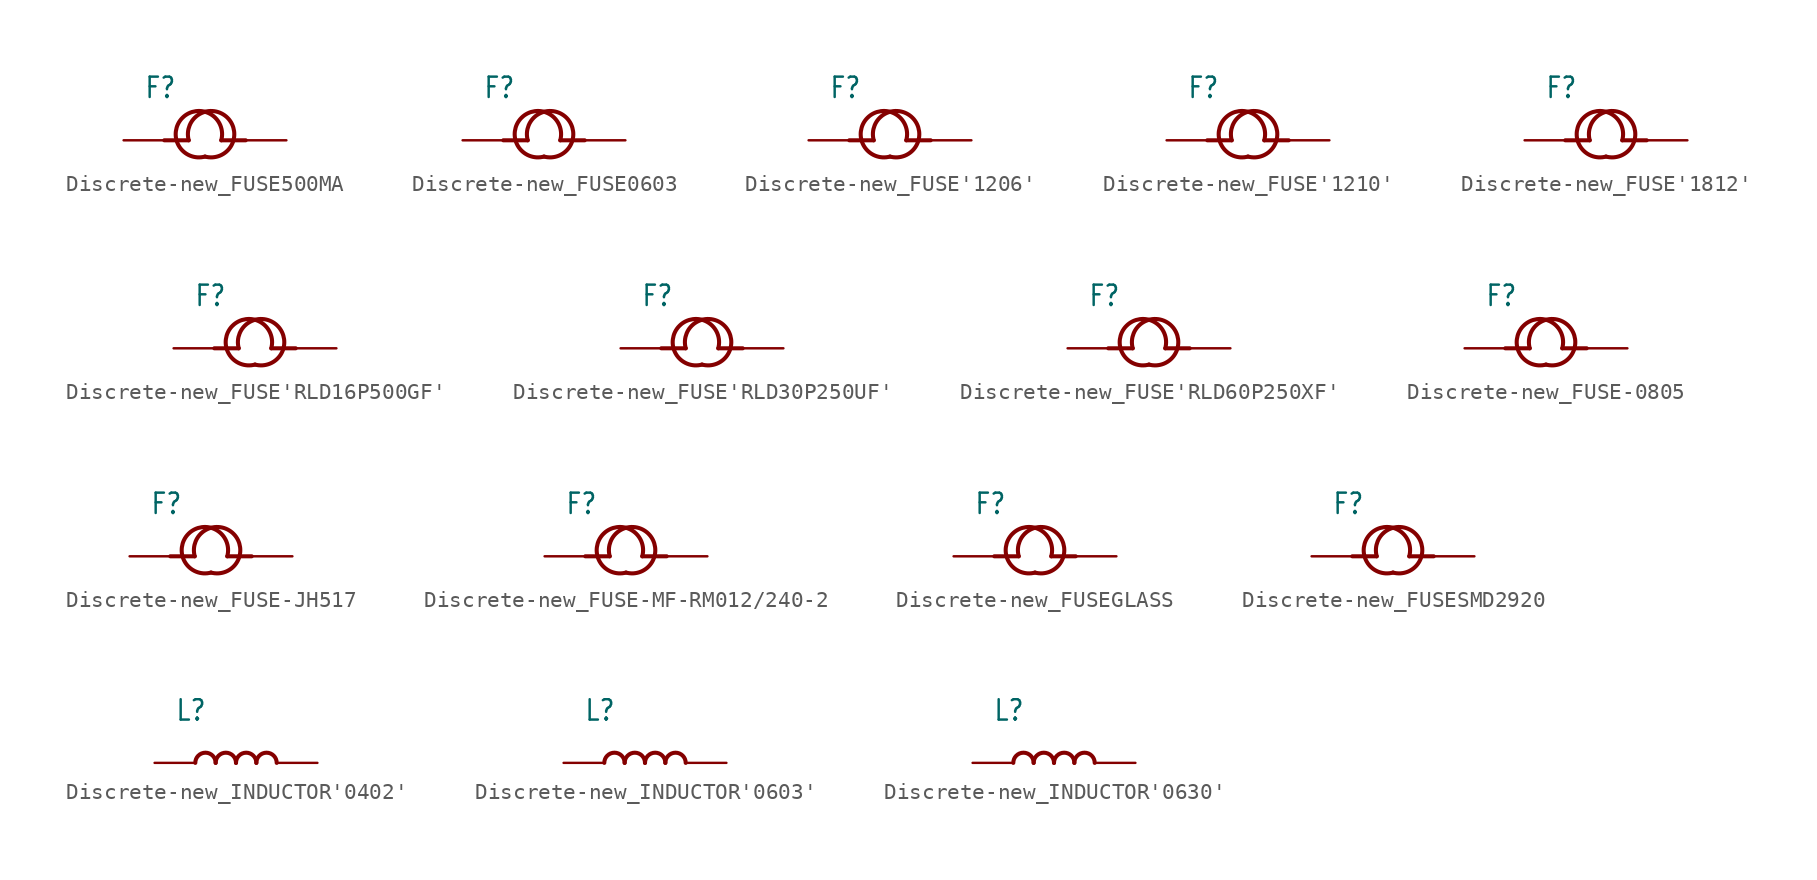
<source format=kicad_sym>
(kicad_symbol_lib
  (version 20231120)
  (generator "kicad_symbol_editor")
  (generator_version "8.0")
  (symbol "Discrete-new_FUSE500MA"
    (property "Reference" "F"
      (at -3.81 2.54 0)
      (effects (font (size 1.27 1.079)) (justify left bottom)))
    (property "Value" ""
      (at -3.81 1.27 0)
      (effects (font (size 1.27 1.079)) (justify left bottom)))
    (property "ki_locked" ""
      (at 0 0 0)
      (effects (font (size 1.27 1.27))))
    (symbol "Discrete-new_FUSE500MA_1_0"
      (arc (start -0.0001 -1.016) (mid 1.4048 1.4047) (end -1.016 0) (stroke (width 0.254) (type solid)) (fill (type none)))
      (polyline (pts (xy -2.54 0) (xy -1.016 0)) (stroke (width 0.254) (type solid)) (fill (type none)))
      (polyline (pts (xy 2.54 0) (xy 1.016 0)) (stroke (width 0.254) (type solid)) (fill (type none)))
      (arc (start 1.016 -0.0001) (mid -1.4047 1.4048) (end 0 -1.016) (stroke (width 0.254) (type solid)) (fill (type none)))
      (pin bidirectional line (at -5.08 0 0) (length 2.54) (name "1" (effects (font (size 0 0)))) (number "1" (effects (font (size 0 0)))))
      (pin bidirectional line (at 5.08 0 180) (length 2.54) (name "2" (effects (font (size 0 0)))) (number "2" (effects (font (size 0 0)))))))
  (symbol "Discrete-new_FUSE0603"
    (property "Reference" "F"
      (at -3.81 2.54 0)
      (effects (font (size 1.27 1.079)) (justify left bottom)))
    (property "Value" ""
      (at -3.81 1.27 0)
      (effects (font (size 1.27 1.079)) (justify left bottom)))
    (property "ki_locked" ""
      (at 0 0 0)
      (effects (font (size 1.27 1.27))))
    (symbol "Discrete-new_FUSE0603_1_0"
      (arc (start -0.0001 -1.016) (mid 1.4048 1.4047) (end -1.016 0) (stroke (width 0.254) (type solid)) (fill (type none)))
      (polyline (pts (xy -2.54 0) (xy -1.016 0)) (stroke (width 0.254) (type solid)) (fill (type none)))
      (polyline (pts (xy 2.54 0) (xy 1.016 0)) (stroke (width 0.254) (type solid)) (fill (type none)))
      (arc (start 1.016 -0.0001) (mid -1.4047 1.4048) (end 0 -1.016) (stroke (width 0.254) (type solid)) (fill (type none)))
      (pin bidirectional line (at -5.08 0 0) (length 2.54) (name "1" (effects (font (size 0 0)))) (number "1" (effects (font (size 0 0)))))
      (pin bidirectional line (at 5.08 0 180) (length 2.54) (name "2" (effects (font (size 0 0)))) (number "2" (effects (font (size 0 0)))))))
  (symbol "Discrete-new_FUSE'1206'"
    (property "Reference" "F"
      (at -3.81 2.54 0)
      (effects (font (size 1.27 1.079)) (justify left bottom)))
    (property "Value" ""
      (at -3.81 1.27 0)
      (effects (font (size 1.27 1.079)) (justify left bottom)))
    (property "ki_locked" ""
      (at 0 0 0)
      (effects (font (size 1.27 1.27))))
    (symbol "Discrete-new_FUSE'1206'_1_0"
      (arc (start -0.0001 -1.016) (mid 1.4048 1.4047) (end -1.016 0) (stroke (width 0.254) (type solid)) (fill (type none)))
      (polyline (pts (xy -2.54 0) (xy -1.016 0)) (stroke (width 0.254) (type solid)) (fill (type none)))
      (polyline (pts (xy 2.54 0) (xy 1.016 0)) (stroke (width 0.254) (type solid)) (fill (type none)))
      (arc (start 1.016 -0.0001) (mid -1.4047 1.4048) (end 0 -1.016) (stroke (width 0.254) (type solid)) (fill (type none)))
      (pin bidirectional line (at -5.08 0 0) (length 2.54) (name "1" (effects (font (size 0 0)))) (number "1" (effects (font (size 0 0)))))
      (pin bidirectional line (at 5.08 0 180) (length 2.54) (name "2" (effects (font (size 0 0)))) (number "2" (effects (font (size 0 0)))))))
  (symbol "Discrete-new_FUSE'1210'"
    (property "Reference" "F"
      (at -3.81 2.54 0)
      (effects (font (size 1.27 1.079)) (justify left bottom)))
    (property "Value" ""
      (at -3.81 1.27 0)
      (effects (font (size 1.27 1.079)) (justify left bottom)))
    (property "ki_locked" ""
      (at 0 0 0)
      (effects (font (size 1.27 1.27))))
    (symbol "Discrete-new_FUSE'1210'_1_0"
      (arc (start -0.0001 -1.016) (mid 1.4048 1.4047) (end -1.016 0) (stroke (width 0.254) (type solid)) (fill (type none)))
      (polyline (pts (xy -2.54 0) (xy -1.016 0)) (stroke (width 0.254) (type solid)) (fill (type none)))
      (polyline (pts (xy 2.54 0) (xy 1.016 0)) (stroke (width 0.254) (type solid)) (fill (type none)))
      (arc (start 1.016 -0.0001) (mid -1.4047 1.4048) (end 0 -1.016) (stroke (width 0.254) (type solid)) (fill (type none)))
      (pin bidirectional line (at -5.08 0 0) (length 2.54) (name "1" (effects (font (size 0 0)))) (number "1" (effects (font (size 0 0)))))
      (pin bidirectional line (at 5.08 0 180) (length 2.54) (name "2" (effects (font (size 0 0)))) (number "2" (effects (font (size 0 0)))))))
  (symbol "Discrete-new_FUSE'1812'"
    (property "Reference" "F"
      (at -3.81 2.54 0)
      (effects (font (size 1.27 1.079)) (justify left bottom)))
    (property "Value" ""
      (at -3.81 1.27 0)
      (effects (font (size 1.27 1.079)) (justify left bottom)))
    (property "ki_locked" ""
      (at 0 0 0)
      (effects (font (size 1.27 1.27))))
    (symbol "Discrete-new_FUSE'1812'_1_0"
      (arc (start -0.0001 -1.016) (mid 1.4048 1.4047) (end -1.016 0) (stroke (width 0.254) (type solid)) (fill (type none)))
      (polyline (pts (xy -2.54 0) (xy -1.016 0)) (stroke (width 0.254) (type solid)) (fill (type none)))
      (polyline (pts (xy 2.54 0) (xy 1.016 0)) (stroke (width 0.254) (type solid)) (fill (type none)))
      (arc (start 1.016 -0.0001) (mid -1.4047 1.4048) (end 0 -1.016) (stroke (width 0.254) (type solid)) (fill (type none)))
      (pin bidirectional line (at -5.08 0 0) (length 2.54) (name "1" (effects (font (size 0 0)))) (number "1" (effects (font (size 0 0)))))
      (pin bidirectional line (at 5.08 0 180) (length 2.54) (name "2" (effects (font (size 0 0)))) (number "2" (effects (font (size 0 0)))))))
  (symbol "Discrete-new_FUSE'RLD16P500GF'"
    (property "Reference" "F"
      (at -3.81 2.54 0)
      (effects (font (size 1.27 1.079)) (justify left bottom)))
    (property "Value" ""
      (at -3.81 1.27 0)
      (effects (font (size 1.27 1.079)) (justify left bottom)))
    (property "ki_locked" ""
      (at 0 0 0)
      (effects (font (size 1.27 1.27))))
    (symbol "Discrete-new_FUSE'RLD16P500GF'_1_0"
      (arc (start -0.0001 -1.016) (mid 1.4048 1.4047) (end -1.016 0) (stroke (width 0.254) (type solid)) (fill (type none)))
      (polyline (pts (xy -2.54 0) (xy -1.016 0)) (stroke (width 0.254) (type solid)) (fill (type none)))
      (polyline (pts (xy 2.54 0) (xy 1.016 0)) (stroke (width 0.254) (type solid)) (fill (type none)))
      (arc (start 1.016 -0.0001) (mid -1.4047 1.4048) (end 0 -1.016) (stroke (width 0.254) (type solid)) (fill (type none)))
      (pin bidirectional line (at -5.08 0 0) (length 2.54) (name "1" (effects (font (size 0 0)))) (number "1" (effects (font (size 0 0)))))
      (pin bidirectional line (at 5.08 0 180) (length 2.54) (name "2" (effects (font (size 0 0)))) (number "2" (effects (font (size 0 0)))))))
  (symbol "Discrete-new_FUSE'RLD30P250UF'"
    (property "Reference" "F"
      (at -3.81 2.54 0)
      (effects (font (size 1.27 1.079)) (justify left bottom)))
    (property "Value" ""
      (at -3.81 1.27 0)
      (effects (font (size 1.27 1.079)) (justify left bottom)))
    (property "ki_locked" ""
      (at 0 0 0)
      (effects (font (size 1.27 1.27))))
    (symbol "Discrete-new_FUSE'RLD30P250UF'_1_0"
      (arc (start -0.0001 -1.016) (mid 1.4048 1.4047) (end -1.016 0) (stroke (width 0.254) (type solid)) (fill (type none)))
      (polyline (pts (xy -2.54 0) (xy -1.016 0)) (stroke (width 0.254) (type solid)) (fill (type none)))
      (polyline (pts (xy 2.54 0) (xy 1.016 0)) (stroke (width 0.254) (type solid)) (fill (type none)))
      (arc (start 1.016 -0.0001) (mid -1.4047 1.4048) (end 0 -1.016) (stroke (width 0.254) (type solid)) (fill (type none)))
      (pin bidirectional line (at -5.08 0 0) (length 2.54) (name "1" (effects (font (size 0 0)))) (number "1" (effects (font (size 0 0)))))
      (pin bidirectional line (at 5.08 0 180) (length 2.54) (name "2" (effects (font (size 0 0)))) (number "2" (effects (font (size 0 0)))))))
  (symbol "Discrete-new_FUSE'RLD60P250XF'"
    (property "Reference" "F"
      (at -3.81 2.54 0)
      (effects (font (size 1.27 1.079)) (justify left bottom)))
    (property "Value" ""
      (at -3.81 1.27 0)
      (effects (font (size 1.27 1.079)) (justify left bottom)))
    (property "ki_locked" ""
      (at 0 0 0)
      (effects (font (size 1.27 1.27))))
    (symbol "Discrete-new_FUSE'RLD60P250XF'_1_0"
      (arc (start -0.0001 -1.016) (mid 1.4048 1.4047) (end -1.016 0) (stroke (width 0.254) (type solid)) (fill (type none)))
      (polyline (pts (xy -2.54 0) (xy -1.016 0)) (stroke (width 0.254) (type solid)) (fill (type none)))
      (polyline (pts (xy 2.54 0) (xy 1.016 0)) (stroke (width 0.254) (type solid)) (fill (type none)))
      (arc (start 1.016 -0.0001) (mid -1.4047 1.4048) (end 0 -1.016) (stroke (width 0.254) (type solid)) (fill (type none)))
      (pin bidirectional line (at -5.08 0 0) (length 2.54) (name "1" (effects (font (size 0 0)))) (number "1" (effects (font (size 0 0)))))
      (pin bidirectional line (at 5.08 0 180) (length 2.54) (name "2" (effects (font (size 0 0)))) (number "2" (effects (font (size 0 0)))))))
  (symbol "Discrete-new_FUSE-0805"
    (property "Reference" "F"
      (at -3.81 2.54 0)
      (effects (font (size 1.27 1.079)) (justify left bottom)))
    (property "Value" ""
      (at -3.81 1.27 0)
      (effects (font (size 1.27 1.079)) (justify left bottom)))
    (property "ki_locked" ""
      (at 0 0 0)
      (effects (font (size 1.27 1.27))))
    (symbol "Discrete-new_FUSE-0805_1_0"
      (arc (start -0.0001 -1.016) (mid 1.4048 1.4047) (end -1.016 0) (stroke (width 0.254) (type solid)) (fill (type none)))
      (polyline (pts (xy -2.54 0) (xy -1.016 0)) (stroke (width 0.254) (type solid)) (fill (type none)))
      (polyline (pts (xy 2.54 0) (xy 1.016 0)) (stroke (width 0.254) (type solid)) (fill (type none)))
      (arc (start 1.016 -0.0001) (mid -1.4047 1.4048) (end 0 -1.016) (stroke (width 0.254) (type solid)) (fill (type none)))
      (pin bidirectional line (at -5.08 0 0) (length 2.54) (name "1" (effects (font (size 0 0)))) (number "1" (effects (font (size 0 0)))))
      (pin bidirectional line (at 5.08 0 180) (length 2.54) (name "2" (effects (font (size 0 0)))) (number "2" (effects (font (size 0 0)))))))
  (symbol "Discrete-new_FUSE-JH517"
    (property "Reference" "F"
      (at -3.81 2.54 0)
      (effects (font (size 1.27 1.079)) (justify left bottom)))
    (property "Value" ""
      (at -3.81 1.27 0)
      (effects (font (size 1.27 1.079)) (justify left bottom)))
    (property "ki_locked" ""
      (at 0 0 0)
      (effects (font (size 1.27 1.27))))
    (symbol "Discrete-new_FUSE-JH517_1_0"
      (arc (start -0.0001 -1.016) (mid 1.4048 1.4047) (end -1.016 0) (stroke (width 0.254) (type solid)) (fill (type none)))
      (polyline (pts (xy -2.54 0) (xy -1.016 0)) (stroke (width 0.254) (type solid)) (fill (type none)))
      (polyline (pts (xy 2.54 0) (xy 1.016 0)) (stroke (width 0.254) (type solid)) (fill (type none)))
      (arc (start 1.016 -0.0001) (mid -1.4047 1.4048) (end 0 -1.016) (stroke (width 0.254) (type solid)) (fill (type none)))
      (pin bidirectional line (at -5.08 0 0) (length 2.54) (name "1" (effects (font (size 0 0)))) (number "1" (effects (font (size 0 0)))))
      (pin bidirectional line (at 5.08 0 180) (length 2.54) (name "2" (effects (font (size 0 0)))) (number "2" (effects (font (size 0 0)))))))
  (symbol "Discrete-new_FUSE-MF-RM012/240-2"
    (property "Reference" "F"
      (at -3.81 2.54 0)
      (effects (font (size 1.27 1.079)) (justify left bottom)))
    (property "Value" ""
      (at -3.81 1.27 0)
      (effects (font (size 1.27 1.079)) (justify left bottom)))
    (property "ki_locked" ""
      (at 0 0 0)
      (effects (font (size 1.27 1.27))))
    (symbol "Discrete-new_FUSE-MF-RM012/240-2_1_0"
      (arc (start -0.0001 -1.016) (mid 1.4048 1.4047) (end -1.016 0) (stroke (width 0.254) (type solid)) (fill (type none)))
      (polyline (pts (xy -2.54 0) (xy -1.016 0)) (stroke (width 0.254) (type solid)) (fill (type none)))
      (polyline (pts (xy 2.54 0) (xy 1.016 0)) (stroke (width 0.254) (type solid)) (fill (type none)))
      (arc (start 1.016 -0.0001) (mid -1.4047 1.4048) (end 0 -1.016) (stroke (width 0.254) (type solid)) (fill (type none)))
      (pin bidirectional line (at -5.08 0 0) (length 2.54) (name "1" (effects (font (size 0 0)))) (number "1" (effects (font (size 0 0)))))
      (pin bidirectional line (at 5.08 0 180) (length 2.54) (name "2" (effects (font (size 0 0)))) (number "2" (effects (font (size 0 0)))))))
  (symbol "Discrete-new_FUSEGLASS"
    (property "Reference" "F"
      (at -3.81 2.54 0)
      (effects (font (size 1.27 1.079)) (justify left bottom)))
    (property "Value" ""
      (at -3.81 1.27 0)
      (effects (font (size 1.27 1.079)) (justify left bottom)))
    (property "ki_locked" ""
      (at 0 0 0)
      (effects (font (size 1.27 1.27))))
    (symbol "Discrete-new_FUSEGLASS_1_0"
      (arc (start -0.0001 -1.016) (mid 1.4048 1.4047) (end -1.016 0) (stroke (width 0.254) (type solid)) (fill (type none)))
      (polyline (pts (xy -2.54 0) (xy -1.016 0)) (stroke (width 0.254) (type solid)) (fill (type none)))
      (polyline (pts (xy 2.54 0) (xy 1.016 0)) (stroke (width 0.254) (type solid)) (fill (type none)))
      (arc (start 1.016 -0.0001) (mid -1.4047 1.4048) (end 0 -1.016) (stroke (width 0.254) (type solid)) (fill (type none)))
      (pin bidirectional line (at -5.08 0 0) (length 2.54) (name "1" (effects (font (size 0 0)))) (number "1" (effects (font (size 0 0)))))
      (pin bidirectional line (at 5.08 0 180) (length 2.54) (name "2" (effects (font (size 0 0)))) (number "2" (effects (font (size 0 0)))))))
  (symbol "Discrete-new_FUSESMD2920"
    (property "Reference" "F"
      (at -3.81 2.54 0)
      (effects (font (size 1.27 1.079)) (justify left bottom)))
    (property "Value" ""
      (at -3.81 1.27 0)
      (effects (font (size 1.27 1.079)) (justify left bottom)))
    (property "ki_locked" ""
      (at 0 0 0)
      (effects (font (size 1.27 1.27))))
    (symbol "Discrete-new_FUSESMD2920_1_0"
      (arc (start -0.0001 -1.016) (mid 1.4048 1.4047) (end -1.016 0) (stroke (width 0.254) (type solid)) (fill (type none)))
      (polyline (pts (xy -2.54 0) (xy -1.016 0)) (stroke (width 0.254) (type solid)) (fill (type none)))
      (polyline (pts (xy 2.54 0) (xy 1.016 0)) (stroke (width 0.254) (type solid)) (fill (type none)))
      (arc (start 1.016 -0.0001) (mid -1.4047 1.4048) (end 0 -1.016) (stroke (width 0.254) (type solid)) (fill (type none)))
      (pin bidirectional line (at -5.08 0 0) (length 2.54) (name "1" (effects (font (size 0 0)))) (number "1" (effects (font (size 0 0)))))
      (pin bidirectional line (at 5.08 0 180) (length 2.54) (name "2" (effects (font (size 0 0)))) (number "2" (effects (font (size 0 0)))))))
  (symbol "Discrete-new_INDUCTOR'0402'"
    (property "Reference" "L"
      (at -3.81 2.54 0)
      (effects (font (size 1.27 1.079)) (justify left bottom)))
    (property "Value" ""
      (at -3.81 1.27 0)
      (effects (font (size 1.27 1.079)) (justify left bottom)))
    (property "ki_locked" ""
      (at 0 0 0)
      (effects (font (size 1.27 1.27))))
    (symbol "Discrete-new_INDUCTOR'0402'_1_0"
      (arc (start -1.27 0) (mid -1.905 0.635) (end -2.54 0) (stroke (width 0.254) (type solid)) (fill (type none)))
      (arc (start 0 0) (mid -0.635 0.635) (end -1.27 0) (stroke (width 0.254) (type solid)) (fill (type none)))
      (arc (start 1.27 0) (mid 0.635 0.635) (end 0 0) (stroke (width 0.254) (type solid)) (fill (type none)))
      (arc (start 2.54 0) (mid 1.905 0.635) (end 1.27 0) (stroke (width 0.254) (type solid)) (fill (type none)))
      (pin passive line (at -5.08 0 0) (length 2.54) (name "1" (effects (font (size 0 0)))) (number "1" (effects (font (size 0 0)))))
      (pin passive line (at 5.08 0 180) (length 2.54) (name "2" (effects (font (size 0 0)))) (number "2" (effects (font (size 0 0)))))))
  (symbol "Discrete-new_INDUCTOR'0603'"
    (property "Reference" "L"
      (at -3.81 2.54 0)
      (effects (font (size 1.27 1.079)) (justify left bottom)))
    (property "Value" ""
      (at -3.81 1.27 0)
      (effects (font (size 1.27 1.079)) (justify left bottom)))
    (property "ki_locked" ""
      (at 0 0 0)
      (effects (font (size 1.27 1.27))))
    (symbol "Discrete-new_INDUCTOR'0603'_1_0"
      (arc (start -1.27 0) (mid -1.905 0.635) (end -2.54 0) (stroke (width 0.254) (type solid)) (fill (type none)))
      (arc (start 0 0) (mid -0.635 0.635) (end -1.27 0) (stroke (width 0.254) (type solid)) (fill (type none)))
      (arc (start 1.27 0) (mid 0.635 0.635) (end 0 0) (stroke (width 0.254) (type solid)) (fill (type none)))
      (arc (start 2.54 0) (mid 1.905 0.635) (end 1.27 0) (stroke (width 0.254) (type solid)) (fill (type none)))
      (pin passive line (at -5.08 0 0) (length 2.54) (name "1" (effects (font (size 0 0)))) (number "1" (effects (font (size 0 0)))))
      (pin passive line (at 5.08 0 180) (length 2.54) (name "2" (effects (font (size 0 0)))) (number "2" (effects (font (size 0 0)))))))
  (symbol "Discrete-new_INDUCTOR'0630'"
    (property "Reference" "L"
      (at -3.81 2.54 0)
      (effects (font (size 1.27 1.079)) (justify left bottom)))
    (property "Value" ""
      (at -3.81 1.27 0)
      (effects (font (size 1.27 1.079)) (justify left bottom)))
    (property "ki_locked" ""
      (at 0 0 0)
      (effects (font (size 1.27 1.27))))
    (symbol "Discrete-new_INDUCTOR'0630'_1_0"
      (arc (start -1.27 0) (mid -1.905 0.635) (end -2.54 0) (stroke (width 0.254) (type solid)) (fill (type none)))
      (arc (start 0 0) (mid -0.635 0.635) (end -1.27 0) (stroke (width 0.254) (type solid)) (fill (type none)))
      (arc (start 1.27 0) (mid 0.635 0.635) (end 0 0) (stroke (width 0.254) (type solid)) (fill (type none)))
      (arc (start 2.54 0) (mid 1.905 0.635) (end 1.27 0) (stroke (width 0.254) (type solid)) (fill (type none)))
      (pin passive line (at -5.08 0 0) (length 2.54) (name "1" (effects (font (size 0 0)))) (number "1" (effects (font (size 0 0)))))
      (pin passive line (at 5.08 0 180) (length 2.54) (name "2" (effects (font (size 0 0)))) (number "2" (effects (font (size 0 0))))))))
</source>
